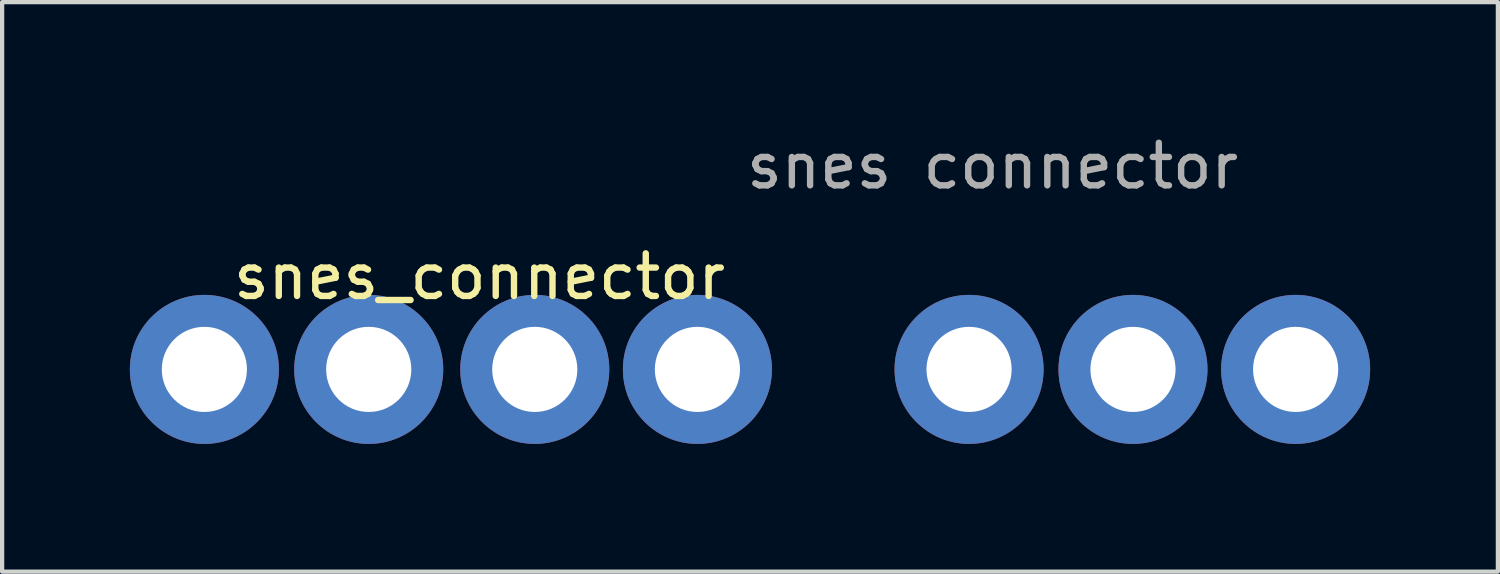
<source format=kicad_pcb>
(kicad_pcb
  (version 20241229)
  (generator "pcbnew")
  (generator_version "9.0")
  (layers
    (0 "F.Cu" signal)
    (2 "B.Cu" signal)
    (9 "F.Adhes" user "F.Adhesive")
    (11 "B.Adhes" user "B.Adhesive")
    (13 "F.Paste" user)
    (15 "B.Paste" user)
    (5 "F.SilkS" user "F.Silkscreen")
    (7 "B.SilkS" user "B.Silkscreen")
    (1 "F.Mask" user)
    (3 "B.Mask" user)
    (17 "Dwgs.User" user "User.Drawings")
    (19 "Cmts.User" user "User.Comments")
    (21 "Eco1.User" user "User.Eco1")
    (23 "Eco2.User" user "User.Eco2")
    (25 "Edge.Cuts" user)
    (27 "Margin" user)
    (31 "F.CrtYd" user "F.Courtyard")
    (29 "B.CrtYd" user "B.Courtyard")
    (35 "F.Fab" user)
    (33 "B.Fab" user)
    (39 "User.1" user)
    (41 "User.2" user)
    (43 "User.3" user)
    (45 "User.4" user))
  (footprint "snes_connector"
    (layer "F.Cu")
    (at 11.91 5.626)
    (property "Reference" "snes_connector" (at -3.698 -2.18 0) (layer "F.SilkS") (effects (font (size 1 1) (thickness 0.15))))
    (attr through_hole)
    (fp_text user "snes connector" (at 8.352 -4.778 0) (layer "F.Fab") (effects (font (size 1 1) (thickness 0.15))))
    (pad "1" thru_hole circle (at -10.16 0) (size 3.5 3.5) (drill 2) (layers "*.Cu" "*.Mask"))
    (pad "2" thru_hole circle (at -6.3 0) (size 3.5 3.5) (drill 2) (layers "*.Cu" "*.Mask"))
    (pad "3" thru_hole circle (at -2.4 0) (size 3.5 3.5) (drill 2) (layers "*.Cu" "*.Mask"))
    (pad "4" thru_hole circle (at 1.42 0) (size 3.5 3.5) (drill 2) (layers "*.Cu" "*.Mask"))
    (pad "5" thru_hole circle (at 7.8 0) (size 3.5 3.5) (drill 2) (layers "*.Cu" "*.Mask"))
    (pad "6" thru_hole circle (at 11.65 0) (size 3.5 3.5) (drill 2) (layers "*.Cu" "*.Mask"))
    (pad "7" thru_hole circle (at 15.47 0) (size 3.5 3.5) (drill 2) (layers "*.Cu" "*.Mask")))
  (gr_rect
    (start -3 -3)
    (end 32.13 10.376)
    (stroke (width 0.1) (type default))
    (fill no)
    (layer "Edge.Cuts")))
</source>
